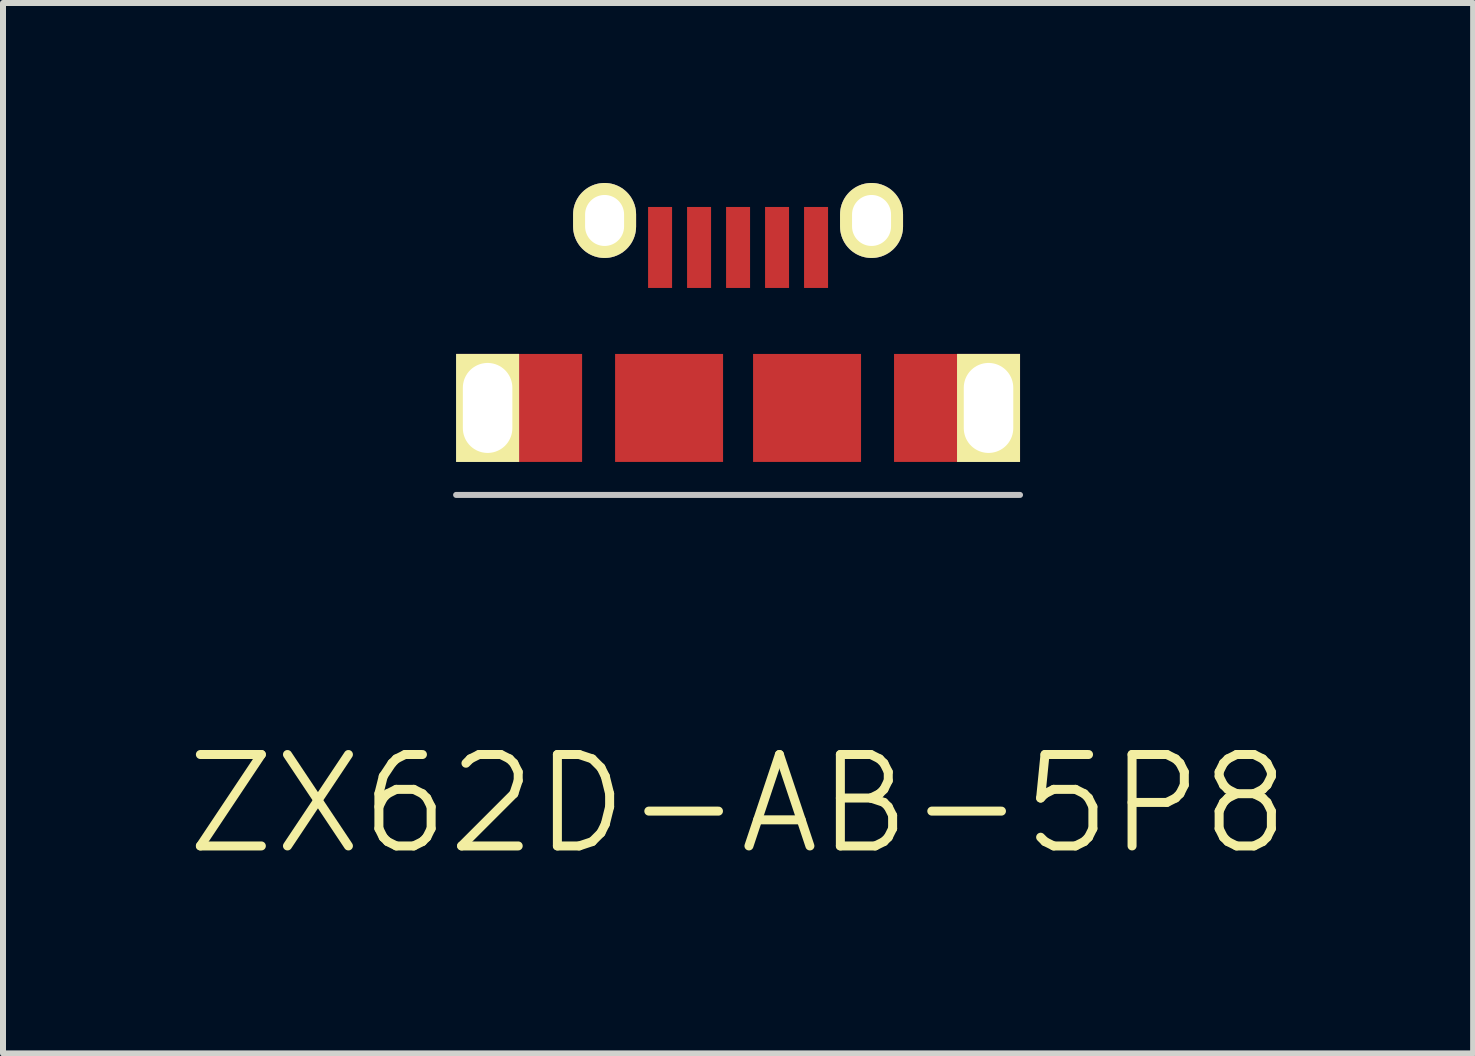
<source format=kicad_pcb>
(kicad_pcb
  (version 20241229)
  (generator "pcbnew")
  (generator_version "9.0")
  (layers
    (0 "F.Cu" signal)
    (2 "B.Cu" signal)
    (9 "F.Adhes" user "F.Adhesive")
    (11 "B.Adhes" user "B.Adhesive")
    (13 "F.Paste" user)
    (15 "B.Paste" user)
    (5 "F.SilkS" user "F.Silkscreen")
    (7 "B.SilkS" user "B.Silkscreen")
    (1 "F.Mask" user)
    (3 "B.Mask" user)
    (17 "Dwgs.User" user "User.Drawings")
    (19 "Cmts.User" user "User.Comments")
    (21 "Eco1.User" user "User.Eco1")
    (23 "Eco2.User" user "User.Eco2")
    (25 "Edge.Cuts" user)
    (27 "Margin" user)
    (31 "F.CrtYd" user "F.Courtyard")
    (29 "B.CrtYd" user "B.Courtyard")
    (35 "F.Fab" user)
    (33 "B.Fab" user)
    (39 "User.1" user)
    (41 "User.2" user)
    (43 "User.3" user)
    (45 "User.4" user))
  (footprint "ZX62D-AB-5P8"
    (layer "F.Cu")
    (at 9.253 3.75)
    (property "Reference" "ZX62D-AB-5P8" (at 0 6.604 0) (layer "F.SilkS") (effects (font (size 1.524 1.524) (thickness 0.15))))
    (attr through_hole)
    (fp_line (start -4.7 1.45) (end 4.7 1.45) (stroke (width 0.1) (type solid)) (layer "Dwgs.User"))
    (pad "" thru_hole rect (at -4.175 0) (size 1.05 1.8) (drill oval 0.825 1.5) (layers "*.Cu" "*.Mask" "F.SilkS"))
    (pad "" smd rect (at -3.65 0) (size 2.1 1.8) (layers "F.Cu" "F.Mask" "F.Paste"))
    (pad "" thru_hole oval (at -2.225 -3.125) (size 1.05 1.25) (drill oval 0.65 0.85) (layers "*.Cu" "*.Mask" "F.SilkS"))
    (pad "" smd rect (at -1.15 0) (size 1.8 1.8) (layers "F.Cu" "F.Mask" "F.Paste"))
    (pad "" smd rect (at 1.15 0) (size 1.8 1.8) (layers "F.Cu" "F.Mask" "F.Paste"))
    (pad "" thru_hole oval (at 2.225 -3.125) (size 1.05 1.25) (drill oval 0.65 0.85) (layers "*.Cu" "*.Mask" "F.SilkS"))
    (pad "" smd rect (at 3.65 0) (size 2.1 1.8) (layers "F.Cu" "F.Mask" "F.Paste"))
    (pad "" thru_hole rect (at 4.175 0) (size 1.05 1.8) (drill oval 0.825 1.5) (layers "*.Cu" "*.Mask" "F.SilkS"))
    (pad "1" smd rect (at -1.3 -2.675) (size 0.4 1.35) (layers "F.Cu" "F.Mask" "F.Paste"))
    (pad "2" smd rect (at -0.65 -2.675) (size 0.4 1.35) (layers "F.Cu" "F.Mask" "F.Paste"))
    (pad "3" smd rect (at 0 -2.675) (size 0.4 1.35) (layers "F.Cu" "F.Mask" "F.Paste"))
    (pad "4" smd rect (at 0.65 -2.675) (size 0.4 1.35) (layers "F.Cu" "F.Mask" "F.Paste"))
    (pad "5" smd rect (at 1.3 -2.675) (size 0.4 1.35) (layers "F.Cu" "F.Mask" "F.Paste")))
  (gr_rect
    (start -3 -3)
    (end 21.506 14.509)
    (stroke (width 0.1) (type default))
    (fill no)
    (layer "Edge.Cuts")))
</source>
